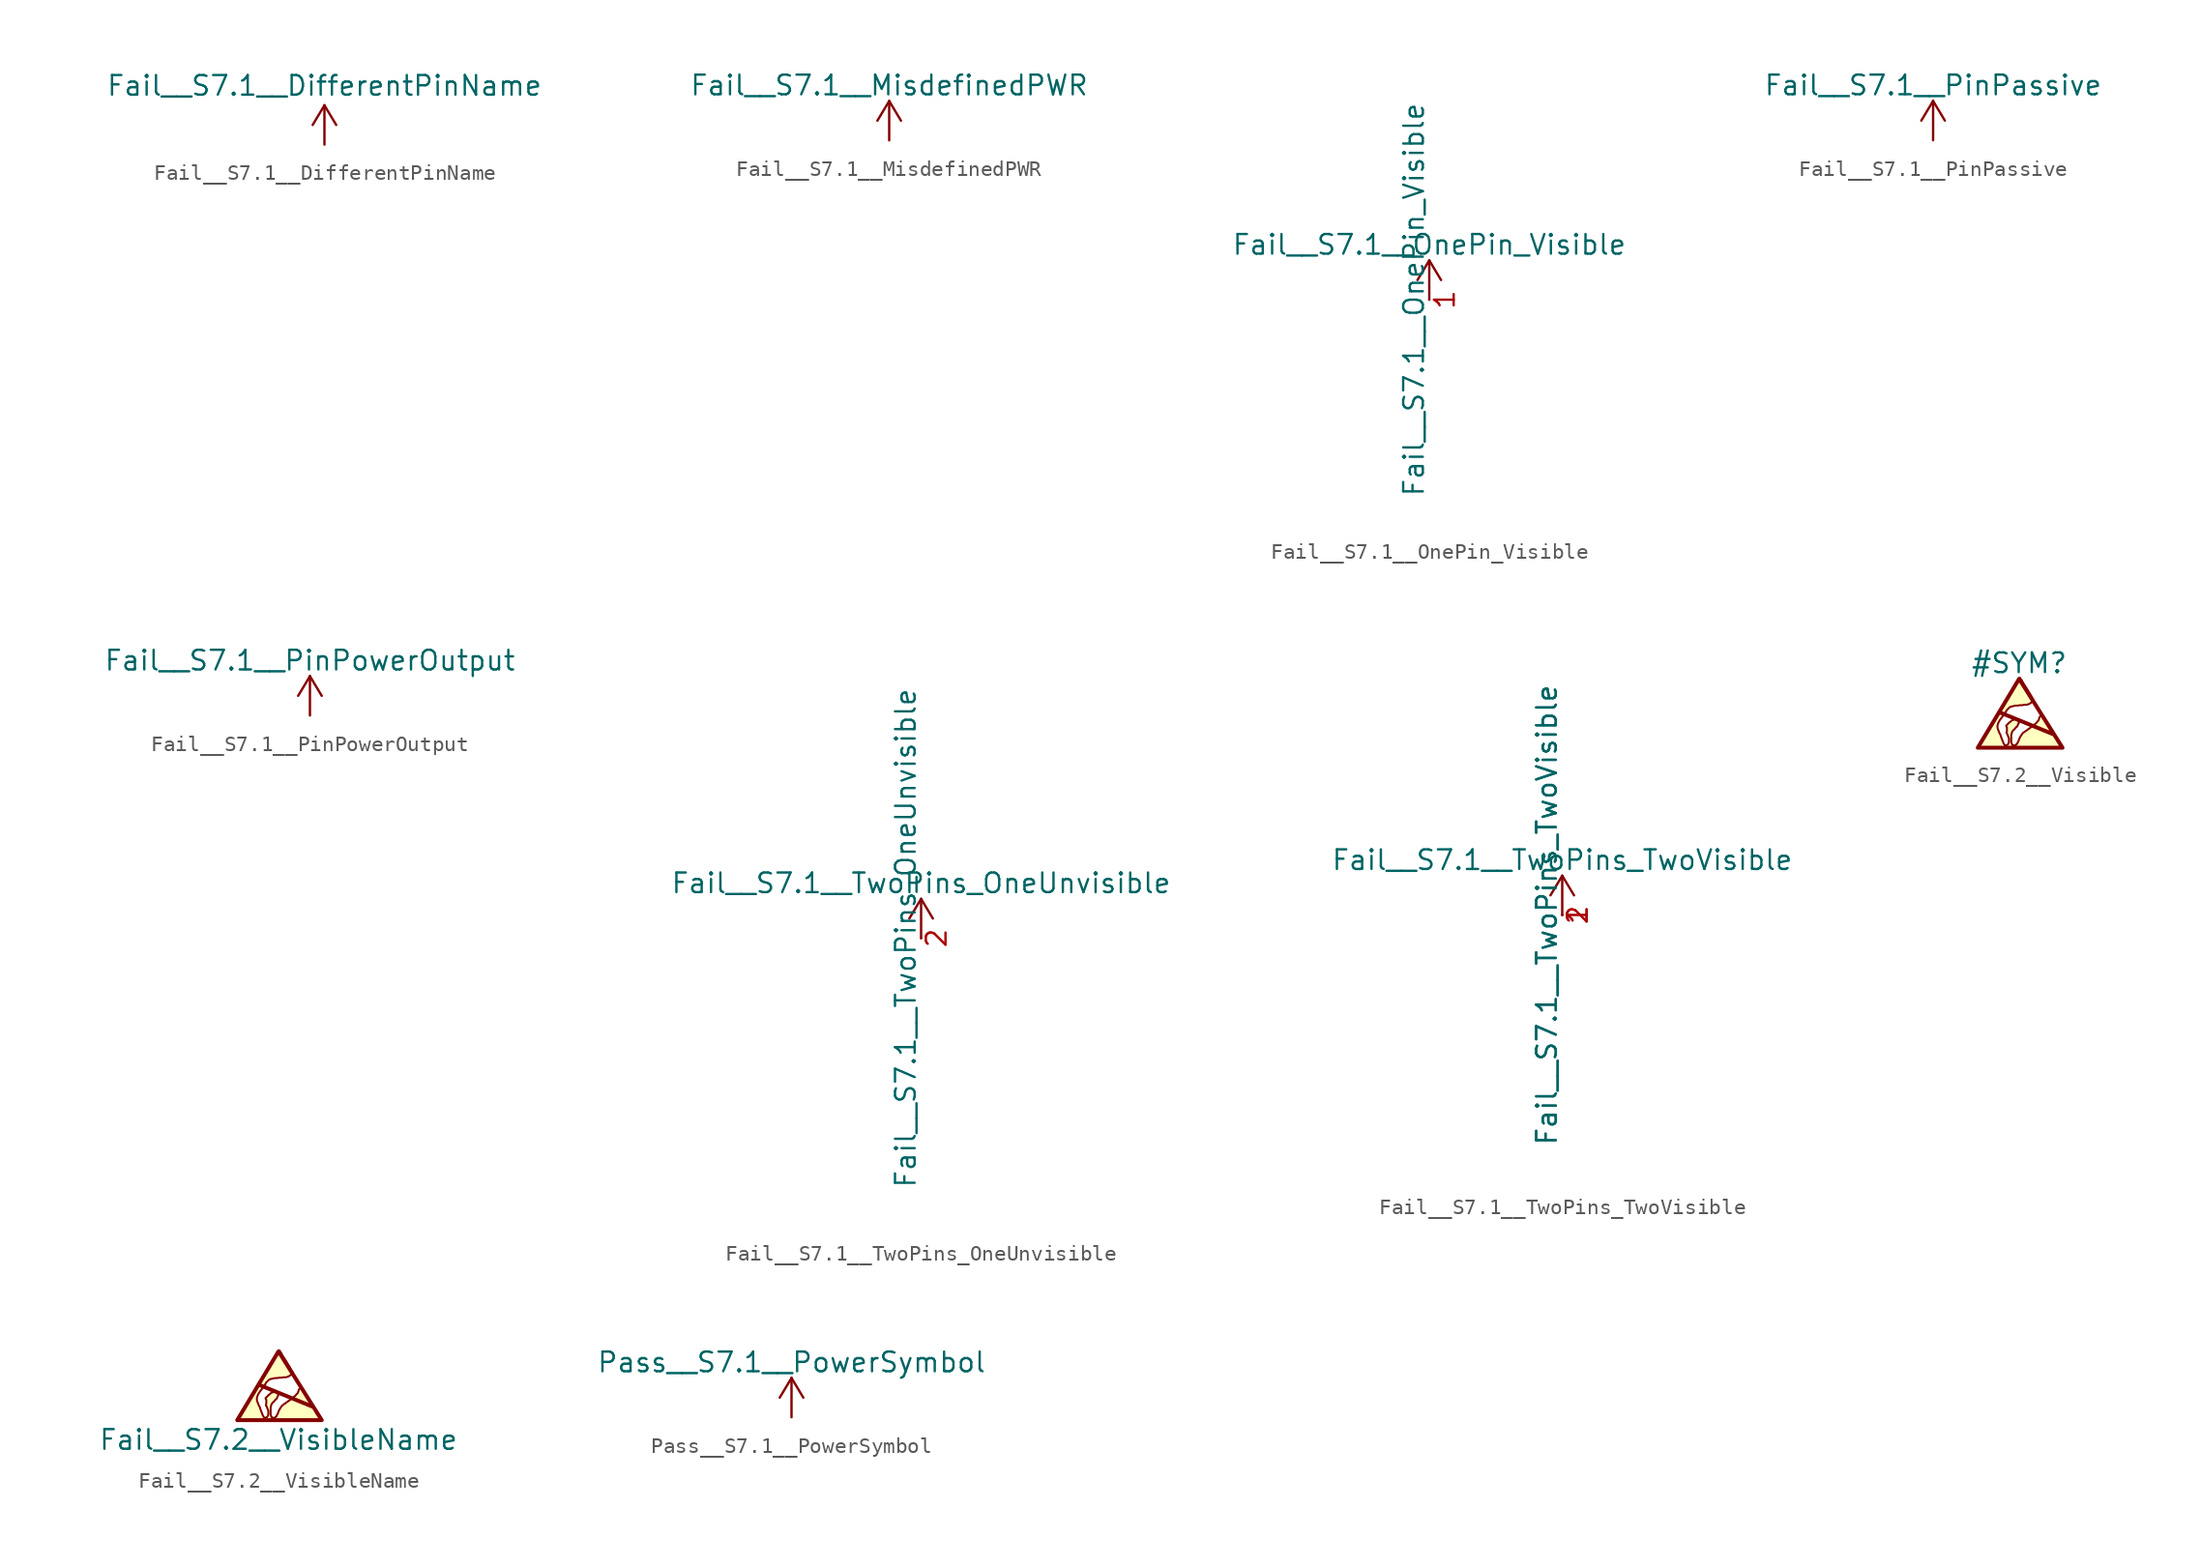
<source format=kicad_sym>
(kicad_symbol_lib
  (version 20211014)
  (generator kicad_symbol_editor)
  (symbol "Fail__S7.1__DifferentPinName"
    (power)
    (pin_names
      (offset 0))
    (property "Reference" "#PWR"
      (at 0 -3.81 0)
      (effects (font (size 1.27 1.27)) hide))
    (property "Value" "Fail__S7.1__DifferentPinName"
      (at 0 3.81 0)
      (effects (font (size 1.27 1.27))))
    (symbol "Fail__S7.1__DifferentPinName_0_1"
      (polyline (pts (xy -0.762 1.27) (xy 0 2.54)) (stroke (width 0) (type default) (color 0 0 0 0)) (fill (type none)))
      (polyline (pts (xy 0 0) (xy 0 2.54)) (stroke (width 0) (type default) (color 0 0 0 0)) (fill (type none)))
      (polyline (pts (xy 0 2.54) (xy 0.762 1.27)) (stroke (width 0) (type default) (color 0 0 0 0)) (fill (type none))))
    (symbol "Fail__S7.1__DifferentPinName_1_1"
      (pin power_in line (at 0 0 90) (length 0) hide (name "Fail__S7.1__DifferentName" (effects (font (size 1.27 1.27)))) (number "1" (effects (font (size 1.27 1.27)))))))
  (symbol "Fail__S7.1__MisdefinedPWR"
    (power)
    (pin_names
      (offset 0))
    (property "Reference" "#PWRR"
      (at 0 -3.81 0)
      (effects (font (size 1.27 1.27)) hide))
    (property "Value" "Fail__S7.1__MisdefinedPWR"
      (at 0 3.556 0)
      (effects (font (size 1.27 1.27))))
    (symbol "Fail__S7.1__MisdefinedPWR_0_1"
      (polyline (pts (xy -0.762 1.27) (xy 0 2.54)) (stroke (width 0) (type default) (color 0 0 0 0)) (fill (type none)))
      (polyline (pts (xy 0 0) (xy 0 2.54)) (stroke (width 0) (type default) (color 0 0 0 0)) (fill (type none)))
      (polyline (pts (xy 0 2.54) (xy 0.762 1.27)) (stroke (width 0) (type default) (color 0 0 0 0)) (fill (type none))))
    (symbol "Fail__S7.1__MisdefinedPWR_1_1"
      (pin power_in line (at 0 0 90) (length 0) hide (name "Fail__S7.1__MisdefinedPWR" (effects (font (size 1.27 1.27)))) (number "1" (effects (font (size 1.27 1.27)))))))
  (symbol "Fail__S7.1__OnePin_Visible"
    (power)
    (pin_names
      (offset 0))
    (property "Reference" "#PWR"
      (at 0 -3.81 0)
      (effects (font (size 1.27 1.27)) hide))
    (property "Value" "Fail__S7.1__OnePin_Visible"
      (at 0 3.556 0)
      (effects (font (size 1.27 1.27))))
    (symbol "Fail__S7.1__OnePin_Visible_0_1"
      (polyline (pts (xy -0.762 1.27) (xy 0 2.54)) (stroke (width 0) (type default) (color 0 0 0 0)) (fill (type none)))
      (polyline (pts (xy 0 0) (xy 0 2.54)) (stroke (width 0) (type default) (color 0 0 0 0)) (fill (type none)))
      (polyline (pts (xy 0 2.54) (xy 0.762 1.27)) (stroke (width 0) (type default) (color 0 0 0 0)) (fill (type none))))
    (symbol "Fail__S7.1__OnePin_Visible_1_1"
      (pin power_in line (at 0 0 90) (length 0) (name "Fail__S7.1__OnePin_Visible" (effects (font (size 1.27 1.27)))) (number "1" (effects (font (size 1.27 1.27)))))))
  (symbol "Fail__S7.1__PinPassive"
    (power)
    (pin_names
      (offset 0))
    (property "Reference" "#PWR"
      (at 0 -3.81 0)
      (effects (font (size 1.27 1.27)) hide))
    (property "Value" "Fail__S7.1__PinPassive"
      (at 0 3.556 0)
      (effects (font (size 1.27 1.27))))
    (symbol "Fail__S7.1__PinPassive_0_1"
      (polyline (pts (xy -0.762 1.27) (xy 0 2.54)) (stroke (width 0) (type default) (color 0 0 0 0)) (fill (type none)))
      (polyline (pts (xy 0 0) (xy 0 2.54)) (stroke (width 0) (type default) (color 0 0 0 0)) (fill (type none)))
      (polyline (pts (xy 0 2.54) (xy 0.762 1.27)) (stroke (width 0) (type default) (color 0 0 0 0)) (fill (type none))))
    (symbol "Fail__S7.1__PinPassive_1_1"
      (pin passive line (at 0 0 90) (length 0) hide (name "Fail__S7.1__PinPassive" (effects (font (size 1.27 1.27)))) (number "1" (effects (font (size 1.27 1.27)))))))
  (symbol "Fail__S7.1__PinPowerOutput"
    (power)
    (pin_names
      (offset 0))
    (property "Reference" "#PWR"
      (at 0 -3.81 0)
      (effects (font (size 1.27 1.27)) hide))
    (property "Value" "Fail__S7.1__PinPowerOutput"
      (at 0 3.556 0)
      (effects (font (size 1.27 1.27))))
    (symbol "Fail__S7.1__PinPowerOutput_0_1"
      (polyline (pts (xy -0.762 1.27) (xy 0 2.54)) (stroke (width 0) (type default) (color 0 0 0 0)) (fill (type none)))
      (polyline (pts (xy 0 0) (xy 0 2.54)) (stroke (width 0) (type default) (color 0 0 0 0)) (fill (type none)))
      (polyline (pts (xy 0 2.54) (xy 0.762 1.27)) (stroke (width 0) (type default) (color 0 0 0 0)) (fill (type none))))
    (symbol "Fail__S7.1__PinPowerOutput_1_1"
      (pin power_out line (at 0 0 90) (length 0) hide (name "Fail__S7.1__PinPowerOutput" (effects (font (size 1.27 1.27)))) (number "1" (effects (font (size 1.27 1.27)))))))
  (symbol "Fail__S7.1__TwoPins_OneUnvisible"
    (power)
    (pin_names
      (offset 0))
    (property "Reference" "#PWR"
      (at 0 -3.81 0)
      (effects (font (size 1.27 1.27)) hide))
    (property "Value" "Fail__S7.1__TwoPins_OneUnvisible"
      (at 0 3.556 0)
      (effects (font (size 1.27 1.27))))
    (symbol "Fail__S7.1__TwoPins_OneUnvisible_0_1"
      (polyline (pts (xy -0.762 1.27) (xy 0 2.54)) (stroke (width 0) (type default) (color 0 0 0 0)) (fill (type none)))
      (polyline (pts (xy 0 0) (xy 0 2.54)) (stroke (width 0) (type default) (color 0 0 0 0)) (fill (type none)))
      (polyline (pts (xy 0 2.54) (xy 0.762 1.27)) (stroke (width 0) (type default) (color 0 0 0 0)) (fill (type none))))
    (symbol "Fail__S7.1__TwoPins_OneUnvisible_1_1"
      (pin power_in line (at 0 0 90) (length 0) hide (name "Fail__S7.1__TwoPins_OneUnvisible" (effects (font (size 1.27 1.27)))) (number "1" (effects (font (size 1.27 1.27)))))
      (pin power_in line (at 0 0 90) (length 0) (name "Fail__S7.1__TwoPins_OneUnvisible" (effects (font (size 1.27 1.27)))) (number "2" (effects (font (size 1.27 1.27)))))))
  (symbol "Fail__S7.1__TwoPins_TwoVisible"
    (power)
    (pin_names
      (offset 0))
    (property "Reference" "#PWR"
      (at 0 -3.81 0)
      (effects (font (size 1.27 1.27)) hide))
    (property "Value" "Fail__S7.1__TwoPins_TwoVisible"
      (at 0 3.556 0)
      (effects (font (size 1.27 1.27))))
    (symbol "Fail__S7.1__TwoPins_TwoVisible_0_1"
      (polyline (pts (xy -0.762 1.27) (xy 0 2.54)) (stroke (width 0) (type default) (color 0 0 0 0)) (fill (type none)))
      (polyline (pts (xy 0 0) (xy 0 2.54)) (stroke (width 0) (type default) (color 0 0 0 0)) (fill (type none)))
      (polyline (pts (xy 0 2.54) (xy 0.762 1.27)) (stroke (width 0) (type default) (color 0 0 0 0)) (fill (type none))))
    (symbol "Fail__S7.1__TwoPins_TwoVisible_1_1"
      (pin power_in line (at 0 0 90) (length 0) (name "Fail__S7.1__TwoPins_TwoVisible" (effects (font (size 1.27 1.27)))) (number "1" (effects (font (size 1.27 1.27)))))
      (pin power_in line (at 0 0 90) (length 0) (name "Fail__S7.1__TwoPins_TwoVisible" (effects (font (size 1.27 1.27)))) (number "2" (effects (font (size 1.27 1.27)))))))
  (symbol "Fail__S7.2__Visible"
    (pin_names
      (offset 1.016))
    (property "Reference" "#SYM"
      (at 0 3.556 0)
      (effects (font (size 1.27 1.27))))
    (symbol "Fail__S7.2__Visible_0_0"
      (polyline (pts (xy -1.27 0.381) (xy 2.159 -1.016)) (stroke (width 0.254) (type default) (color 0 0 0 0)) (fill (type none)))
      (polyline (pts (xy -2.667 -1.905) (xy 2.794 -1.905) (xy 0 2.54) (xy -2.667 -1.905)) (stroke (width 0.254) (type default) (color 0 0 0 0)) (fill (type none)))
      (polyline (pts (xy 2.743 -1.905) (xy 2.718 -1.88) (xy 2.616 -1.676) (xy 2.565 -1.6) (xy 2.489 -1.499) (xy 2.438 -1.372) (xy 1.753 -0.229) (xy 1.702 -0.127) (xy 1.626 -0.051) (xy 1.6 0.051) (xy 1.549 0.102) (xy 1.499 0.203) (xy 1.473 0.229) (xy 1.473 0.203) (xy 1.448 0.203) (xy 1.321 0.076) (xy 1.295 0.025) (xy 1.295 -0.025) (xy 1.27 -0.076) (xy 1.245 -0.152) (xy 1.143 -0.254) (xy 1.092 -0.33) (xy 1.041 -0.356) (xy 0.914 -0.483) (xy 0.762 -0.584) (xy 0.66 -0.66) (xy 0.508 -0.762) (xy 0.457 -0.813) (xy 0.356 -0.864) (xy 0.305 -0.914) (xy 0.229 -0.965) (xy 0.076 -1.194) (xy 0.025 -1.295) (xy -0.025 -1.422) (xy -0.051 -1.499) (xy -0.102 -1.575) (xy -0.127 -1.651) (xy -0.178 -1.676) (xy -0.203 -1.727) (xy -0.254 -1.753) (xy -0.406 -1.753) (xy -0.406 -1.727) (xy -0.457 -1.702) (xy -0.483 -1.626) (xy -0.508 -1.524) (xy -0.508 -1.092) (xy -0.457 -0.889) (xy -0.406 -0.813) (xy -0.254 -0.66) (xy -0.203 -0.584) (xy -0.127 -0.533) (xy -0.102 -0.483) (xy -0.076 -0.406) (xy -0.051 -0.356) (xy -0.025 -0.33) (xy -0.025 -0.279) (xy 0 -0.229) (xy -0.076 -0.152) (xy -0.127 -0.127) (xy -0.152 -0.076) (xy -0.203 -0.051) (xy -0.229 -0.025) (xy -0.254 -0.025) (xy -0.305 -0.076) (xy -0.356 -0.102) (xy -0.432 -0.127) (xy -0.483 -0.152) (xy -0.559 -0.229) (xy -0.61 -0.254) (xy -0.838 -0.483) (xy -0.813 -0.559) (xy -0.787 -0.584) (xy -0.787 -0.864) (xy -0.813 -0.889) (xy -0.813 -0.965) (xy -0.762 -1.016) (xy -0.762 -1.041) (xy -0.66 -1.295) (xy -0.66 -1.575) (xy -0.686 -1.6) (xy -0.686 -1.626) (xy -0.737 -1.702) (xy -0.838 -1.753) (xy -0.914 -1.753) (xy -0.94 -1.727) (xy -0.965 -1.676) (xy -1.016 -1.6) (xy -1.041 -1.524) (xy -1.143 -1.27) (xy -1.219 -1.041) (xy -1.27 -0.965) (xy -1.295 -0.889) (xy -1.321 -0.838) (xy -1.321 -0.813) (xy -1.372 -0.711) (xy -1.397 -0.584) (xy -1.397 -0.483) (xy -1.372 -0.381) (xy -1.321 -0.254) (xy -1.295 -0.203) (xy -1.194 -0.051) (xy -1.041 0.152) (xy -0.991 0.203) (xy -0.965 0.254) (xy -0.914 0.33) (xy -0.889 0.381) (xy -0.864 0.381) (xy -0.813 0.508) (xy -0.61 0.711) (xy -0.533 0.737) (xy -0.508 0.762) (xy -0.432 0.762) (xy -0.356 0.787) (xy -0.229 0.813) (xy -0.102 0.813) (xy 0.051 0.838) (xy 0.203 0.838) (xy 0.305 0.864) (xy 0.483 0.864) (xy 0.533 0.889) (xy 0.584 0.889) (xy 0.686 0.94) (xy 0.711 0.965) (xy 0.762 0.991) (xy 0.813 1.041) (xy 0.864 1.067) (xy 0.889 1.118) (xy 0.914 1.143) (xy 0.914 1.194) (xy 0.889 1.219) (xy 0.864 1.27) (xy 0.813 1.346) (xy 0.711 1.549) (xy 0.635 1.651) (xy 0.584 1.753) (xy 0.508 1.88) (xy 0.457 1.956) (xy 0.381 2.083) (xy 0.305 2.184) (xy 0.254 2.286) (xy 0.203 2.362) (xy 0.178 2.438) (xy 0.102 2.515) (xy 0.102 2.54) (xy 0.076 2.565) (xy 0.076 2.591) (xy 0.025 2.591) (xy 0.025 2.565) (xy -0.025 2.515) (xy -0.102 2.362) (xy -0.254 2.134) (xy -0.305 2.032) (xy -0.457 1.778) (xy -0.559 1.626) (xy -0.762 1.27) (xy -0.889 1.067) (xy -1.016 0.838) (xy -1.168 0.61) (xy -1.321 0.33) (xy -1.397 0.203) (xy -1.524 -0.025) (xy -1.778 -0.432) (xy -1.88 -0.635) (xy -2.007 -0.813) (xy -2.108 -0.991) (xy -2.21 -1.143) (xy -2.286 -1.295) (xy -2.438 -1.549) (xy -2.489 -1.651) (xy -2.565 -1.753) (xy -2.591 -1.829) (xy -2.616 -1.88) (xy -2.642 -1.905) (xy -2.642 -1.93) (xy 2.743 -1.93) (xy 2.743 -1.905)) (stroke (width 0.127) (type default) (color 0 0 0 0)) (fill (type background)))))
  (symbol "Fail__S7.2__VisibleName"
    (pin_names
      (offset 1.016))
    (property "Reference" "#SYM"
      (at 0 3.556 0)
      (effects (font (size 1.27 1.27)) hide))
    (property "Value" "Fail__S7.2__VisibleName"
      (at 0 -3.175 0)
      (effects (font (size 1.27 1.27))))
    (symbol "Fail__S7.2__VisibleName_0_0"
      (polyline (pts (xy -1.27 0.381) (xy 2.159 -1.016)) (stroke (width 0.254) (type default) (color 0 0 0 0)) (fill (type none)))
      (polyline (pts (xy -2.667 -1.905) (xy 2.794 -1.905) (xy 0 2.54) (xy -2.667 -1.905)) (stroke (width 0.254) (type default) (color 0 0 0 0)) (fill (type none)))
      (polyline (pts (xy 2.743 -1.905) (xy 2.718 -1.88) (xy 2.616 -1.676) (xy 2.565 -1.6) (xy 2.489 -1.499) (xy 2.438 -1.372) (xy 1.753 -0.229) (xy 1.702 -0.127) (xy 1.626 -0.051) (xy 1.6 0.051) (xy 1.549 0.102) (xy 1.499 0.203) (xy 1.473 0.229) (xy 1.473 0.203) (xy 1.448 0.203) (xy 1.321 0.076) (xy 1.295 0.025) (xy 1.295 -0.025) (xy 1.27 -0.076) (xy 1.245 -0.152) (xy 1.143 -0.254) (xy 1.092 -0.33) (xy 1.041 -0.356) (xy 0.914 -0.483) (xy 0.762 -0.584) (xy 0.66 -0.66) (xy 0.508 -0.762) (xy 0.457 -0.813) (xy 0.356 -0.864) (xy 0.305 -0.914) (xy 0.229 -0.965) (xy 0.076 -1.194) (xy 0.025 -1.295) (xy -0.025 -1.422) (xy -0.051 -1.499) (xy -0.102 -1.575) (xy -0.127 -1.651) (xy -0.178 -1.676) (xy -0.203 -1.727) (xy -0.254 -1.753) (xy -0.406 -1.753) (xy -0.406 -1.727) (xy -0.457 -1.702) (xy -0.483 -1.626) (xy -0.508 -1.524) (xy -0.508 -1.092) (xy -0.457 -0.889) (xy -0.406 -0.813) (xy -0.254 -0.66) (xy -0.203 -0.584) (xy -0.127 -0.533) (xy -0.102 -0.483) (xy -0.076 -0.406) (xy -0.051 -0.356) (xy -0.025 -0.33) (xy -0.025 -0.279) (xy 0 -0.229) (xy -0.076 -0.152) (xy -0.127 -0.127) (xy -0.152 -0.076) (xy -0.203 -0.051) (xy -0.229 -0.025) (xy -0.254 -0.025) (xy -0.305 -0.076) (xy -0.356 -0.102) (xy -0.432 -0.127) (xy -0.483 -0.152) (xy -0.559 -0.229) (xy -0.61 -0.254) (xy -0.838 -0.483) (xy -0.813 -0.559) (xy -0.787 -0.584) (xy -0.787 -0.864) (xy -0.813 -0.889) (xy -0.813 -0.965) (xy -0.762 -1.016) (xy -0.762 -1.041) (xy -0.66 -1.295) (xy -0.66 -1.575) (xy -0.686 -1.6) (xy -0.686 -1.626) (xy -0.737 -1.702) (xy -0.838 -1.753) (xy -0.914 -1.753) (xy -0.94 -1.727) (xy -0.965 -1.676) (xy -1.016 -1.6) (xy -1.041 -1.524) (xy -1.143 -1.27) (xy -1.219 -1.041) (xy -1.27 -0.965) (xy -1.295 -0.889) (xy -1.321 -0.838) (xy -1.321 -0.813) (xy -1.372 -0.711) (xy -1.397 -0.584) (xy -1.397 -0.483) (xy -1.372 -0.381) (xy -1.321 -0.254) (xy -1.295 -0.203) (xy -1.194 -0.051) (xy -1.041 0.152) (xy -0.991 0.203) (xy -0.965 0.254) (xy -0.914 0.33) (xy -0.889 0.381) (xy -0.864 0.381) (xy -0.813 0.508) (xy -0.61 0.711) (xy -0.533 0.737) (xy -0.508 0.762) (xy -0.432 0.762) (xy -0.356 0.787) (xy -0.229 0.813) (xy -0.102 0.813) (xy 0.051 0.838) (xy 0.203 0.838) (xy 0.305 0.864) (xy 0.483 0.864) (xy 0.533 0.889) (xy 0.584 0.889) (xy 0.686 0.94) (xy 0.711 0.965) (xy 0.762 0.991) (xy 0.813 1.041) (xy 0.864 1.067) (xy 0.889 1.118) (xy 0.914 1.143) (xy 0.914 1.194) (xy 0.889 1.219) (xy 0.864 1.27) (xy 0.813 1.346) (xy 0.711 1.549) (xy 0.635 1.651) (xy 0.584 1.753) (xy 0.508 1.88) (xy 0.457 1.956) (xy 0.381 2.083) (xy 0.305 2.184) (xy 0.254 2.286) (xy 0.203 2.362) (xy 0.178 2.438) (xy 0.102 2.515) (xy 0.102 2.54) (xy 0.076 2.565) (xy 0.076 2.591) (xy 0.025 2.591) (xy 0.025 2.565) (xy -0.025 2.515) (xy -0.102 2.362) (xy -0.254 2.134) (xy -0.305 2.032) (xy -0.457 1.778) (xy -0.559 1.626) (xy -0.762 1.27) (xy -0.889 1.067) (xy -1.016 0.838) (xy -1.168 0.61) (xy -1.321 0.33) (xy -1.397 0.203) (xy -1.524 -0.025) (xy -1.778 -0.432) (xy -1.88 -0.635) (xy -2.007 -0.813) (xy -2.108 -0.991) (xy -2.21 -1.143) (xy -2.286 -1.295) (xy -2.438 -1.549) (xy -2.489 -1.651) (xy -2.565 -1.753) (xy -2.591 -1.829) (xy -2.616 -1.88) (xy -2.642 -1.905) (xy -2.642 -1.93) (xy 2.743 -1.93) (xy 2.743 -1.905)) (stroke (width 0.127) (type default) (color 0 0 0 0)) (fill (type background)))))
  (symbol "Pass__S7.1__PowerSymbol"
    (power)
    (pin_names
      (offset 0))
    (property "Reference" "#PWR"
      (at 0 -3.81 0)
      (effects (font (size 1.27 1.27)) hide))
    (property "Value" "Pass__S7.1__PowerSymbol"
      (at 0 3.556 0)
      (effects (font (size 1.27 1.27))))
    (symbol "Pass__S7.1__PowerSymbol_0_1"
      (polyline (pts (xy -0.762 1.27) (xy 0 2.54)) (stroke (width 0) (type default) (color 0 0 0 0)) (fill (type none)))
      (polyline (pts (xy 0 0) (xy 0 2.54)) (stroke (width 0) (type default) (color 0 0 0 0)) (fill (type none)))
      (polyline (pts (xy 0 2.54) (xy 0.762 1.27)) (stroke (width 0) (type default) (color 0 0 0 0)) (fill (type none))))
    (symbol "Pass__S7.1__PowerSymbol_1_1"
      (pin power_in line (at 0 0 90) (length 0) hide (name "Pass__S7.1__PowerSymbol" (effects (font (size 1.27 1.27)))) (number "1" (effects (font (size 1.27 1.27))))))))
</source>
